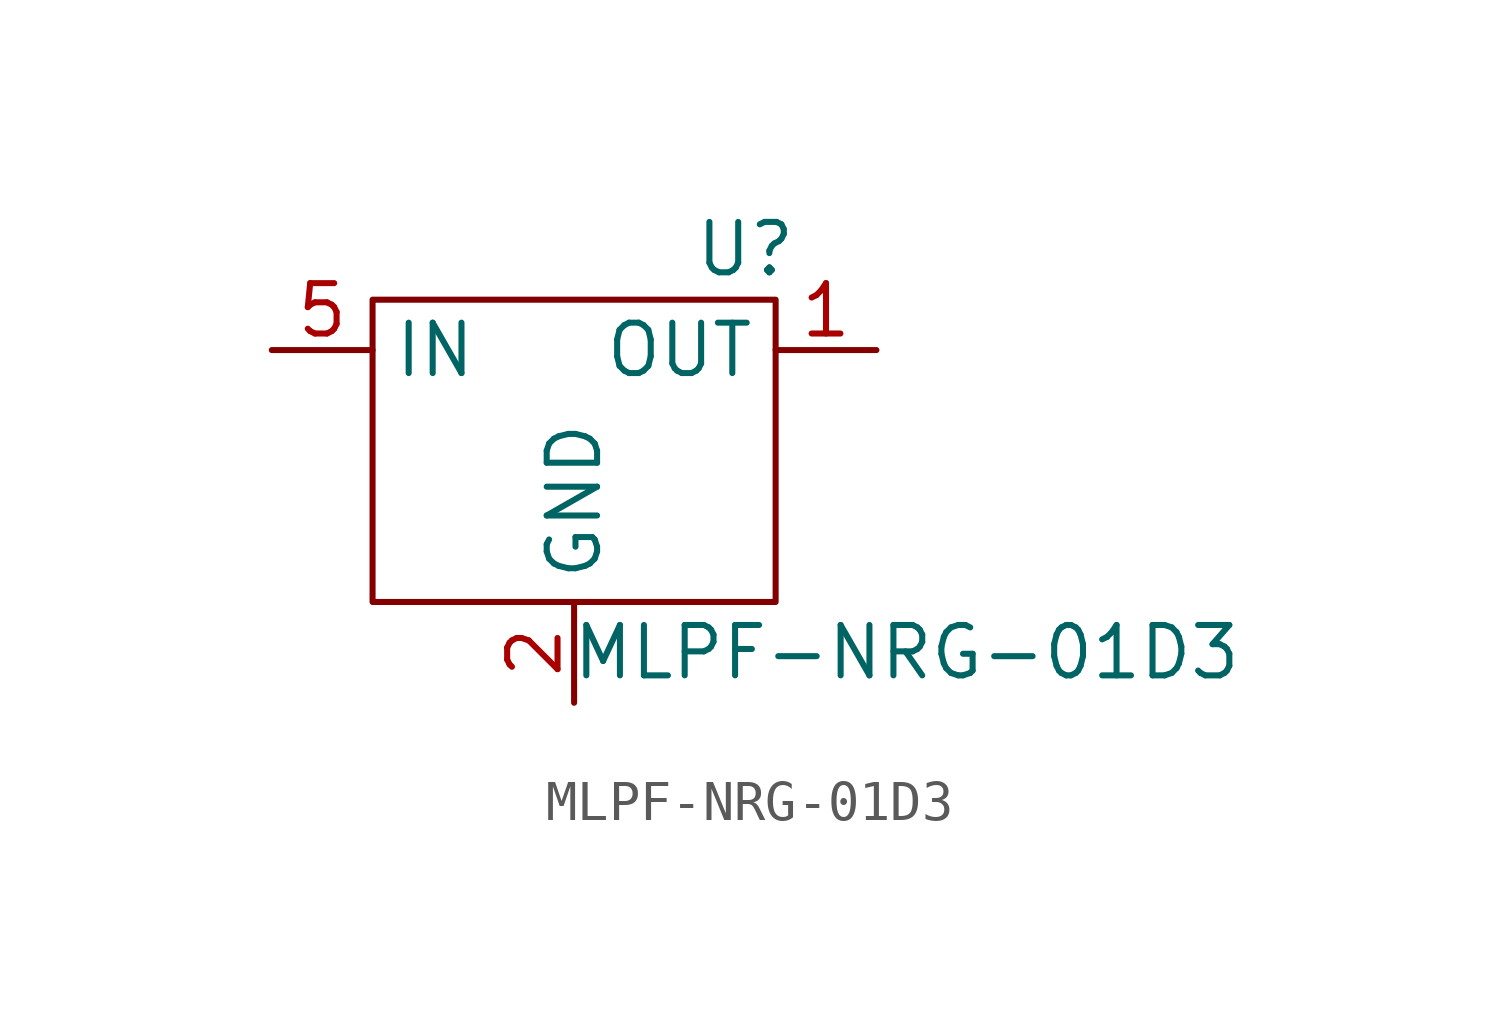
<source format=kicad_sym>
(kicad_symbol_lib
  (version 20231120)
  (generator "kicad_symbol_editor")
  (generator_version "8.0")
  (symbol "MLPF-NRG-01D3"
    (property "Reference" "U"
      (at 4.318 5.08 0)
      (effects (font (size 1.27 1.27))))
    (property "Value" "MLPF-NRG-01D3"
      (at 8.382 -5.08 0)
      (effects (font (size 1.27 1.27))))
    (symbol "MLPF-NRG-01D3_0_1"
      (rectangle (start -5.08 3.81) (end 5.08 -3.81) (stroke (width 0) (type default)) (fill (type none))))
    (symbol "MLPF-NRG-01D3_1_1"
      (pin output line (at 7.62 2.54 180) (length 2.54) (name "OUT" (effects (font (size 1.27 1.27)))) (number "1" (effects (font (size 1.27 1.27)))))
      (pin power_in line (at 0 -6.35 90) (length 2.54) (name "GND" (effects (font (size 1.27 1.27)))) (number "2" (effects (font (size 1.27 1.27)))))
      (pin power_in line (at 0 -6.35 90) (length 2.54) hide (name "GND" (effects (font (size 1.27 1.27)))) (number "3" (effects (font (size 1.27 1.27)))))
      (pin power_in line (at 0 -6.35 90) (length 2.54) hide (name "GND" (effects (font (size 1.27 1.27)))) (number "4" (effects (font (size 1.27 1.27)))))
      (pin input line (at -7.62 2.54 0) (length 2.54) (name "IN" (effects (font (size 1.27 1.27)))) (number "5" (effects (font (size 1.27 1.27)))))
      (pin power_in line (at 0 -6.35 90) (length 2.54) hide (name "GND" (effects (font (size 1.27 1.27)))) (number "6" (effects (font (size 1.27 1.27))))))))
</source>
